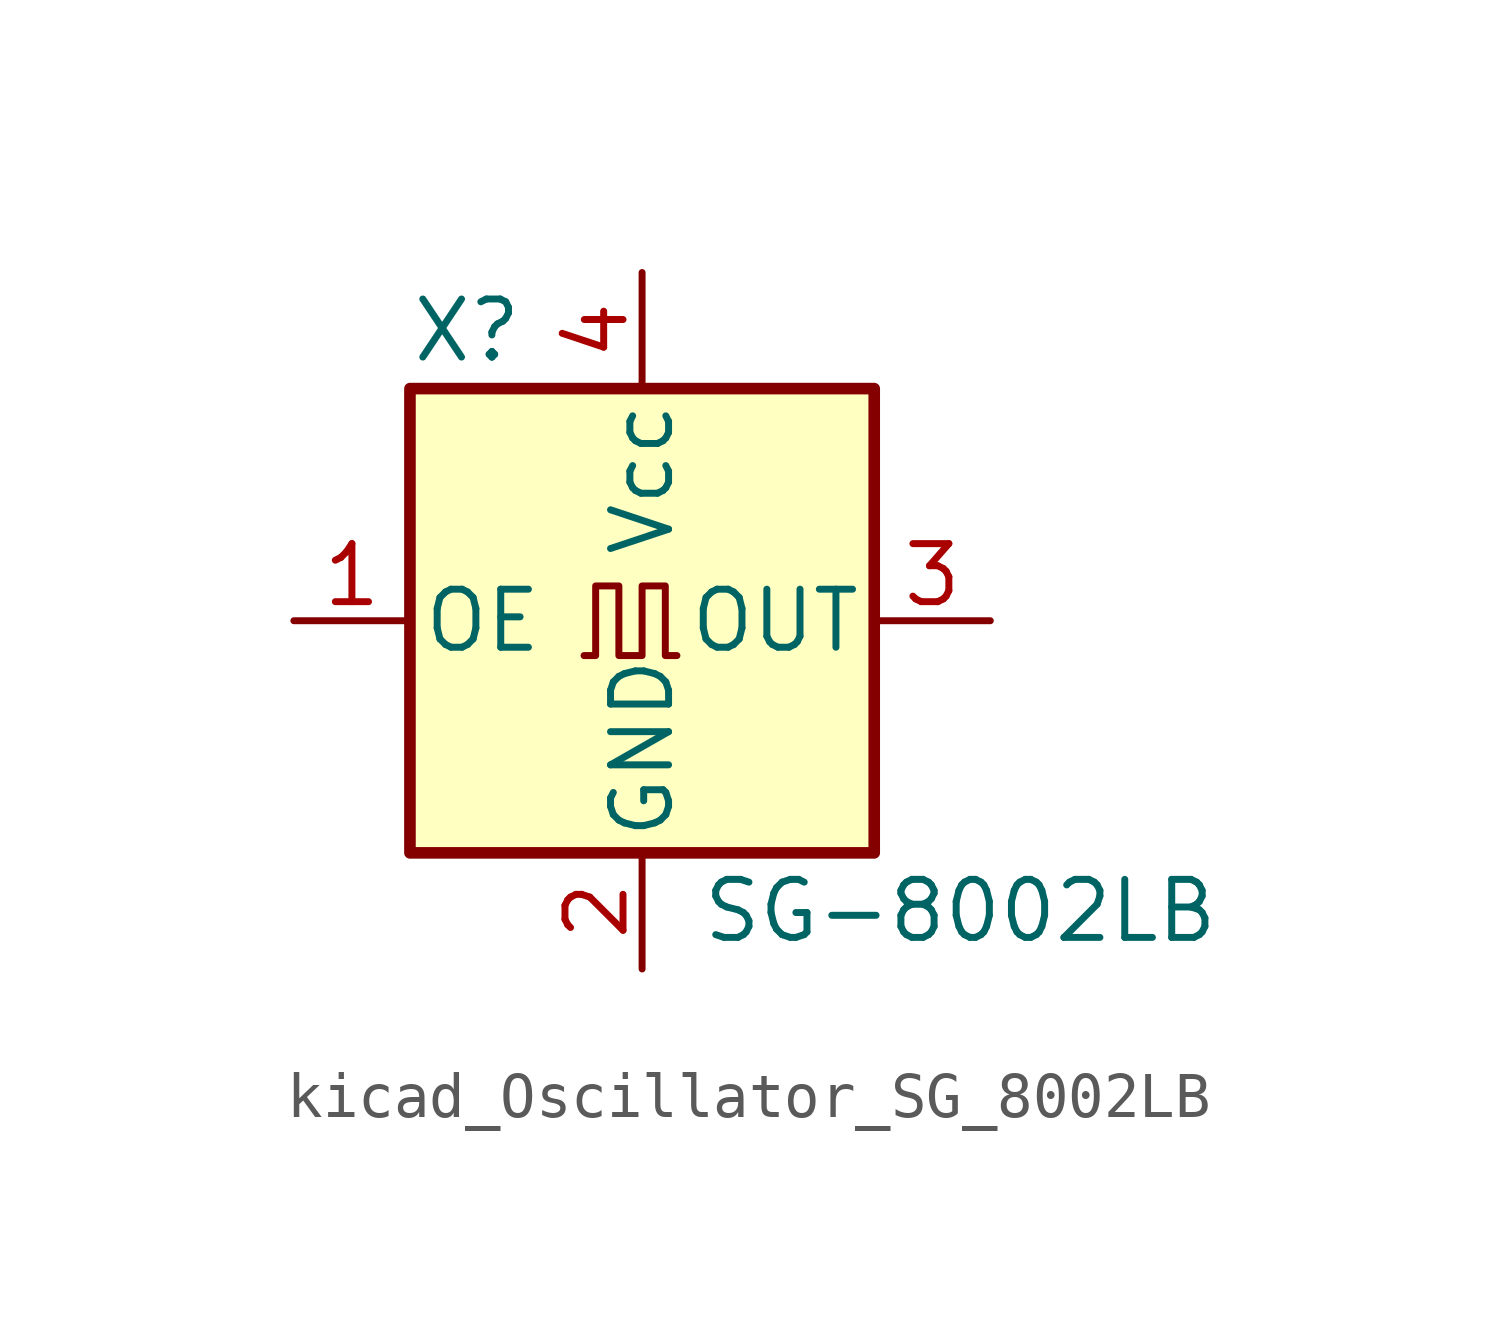
<source format=kicad_sym>
(kicad_symbol_lib
  (version 20220914)
  (generator kicad_symbol_editor)
  (symbol "kicad_Oscillator_SG_8002LB"
    (pin_names
      (offset 0.254))
    (property "Reference" "X"
      (at -5.08 6.35 0)
      (effects (font (size 1.27 1.27)) (justify left)))
    (property "Value" "SG-8002LB"
      (at 1.27 -6.35 0)
      (effects (font (size 1.27 1.27)) (justify left)))
    (symbol "kicad_Oscillator_SG_8002LB_0_1"
      (rectangle (start -5.08 5.08) (end 5.08 -5.08) (stroke (width 0.254) (type default)) (fill (type background)))
      (polyline (pts (xy -1.27 -0.762) (xy -1.016 -0.762) (xy -1.016 0.762) (xy -0.508 0.762) (xy -0.508 -0.762) (xy 0 -0.762) (xy 0 0.762) (xy 0.508 0.762) (xy 0.508 -0.762) (xy 0.762 -0.762)) (stroke (width 0) (type default)) (fill (type none))))
    (symbol "kicad_Oscillator_SG_8002LB_1_1"
      (pin input line (at -7.62 0 0) (length 2.54) (name "OE" (effects (font (size 1.27 1.27)))) (number "1" (effects (font (size 1.27 1.27)))))
      (pin power_in line (at 0 -7.62 90) (length 2.54) (name "GND" (effects (font (size 1.27 1.27)))) (number "2" (effects (font (size 1.27 1.27)))))
      (pin output line (at 7.62 0 180) (length 2.54) (name "OUT" (effects (font (size 1.27 1.27)))) (number "3" (effects (font (size 1.27 1.27)))))
      (pin power_in line (at 0 7.62 270) (length 2.54) (name "Vcc" (effects (font (size 1.27 1.27)))) (number "4" (effects (font (size 1.27 1.27))))))))
</source>
